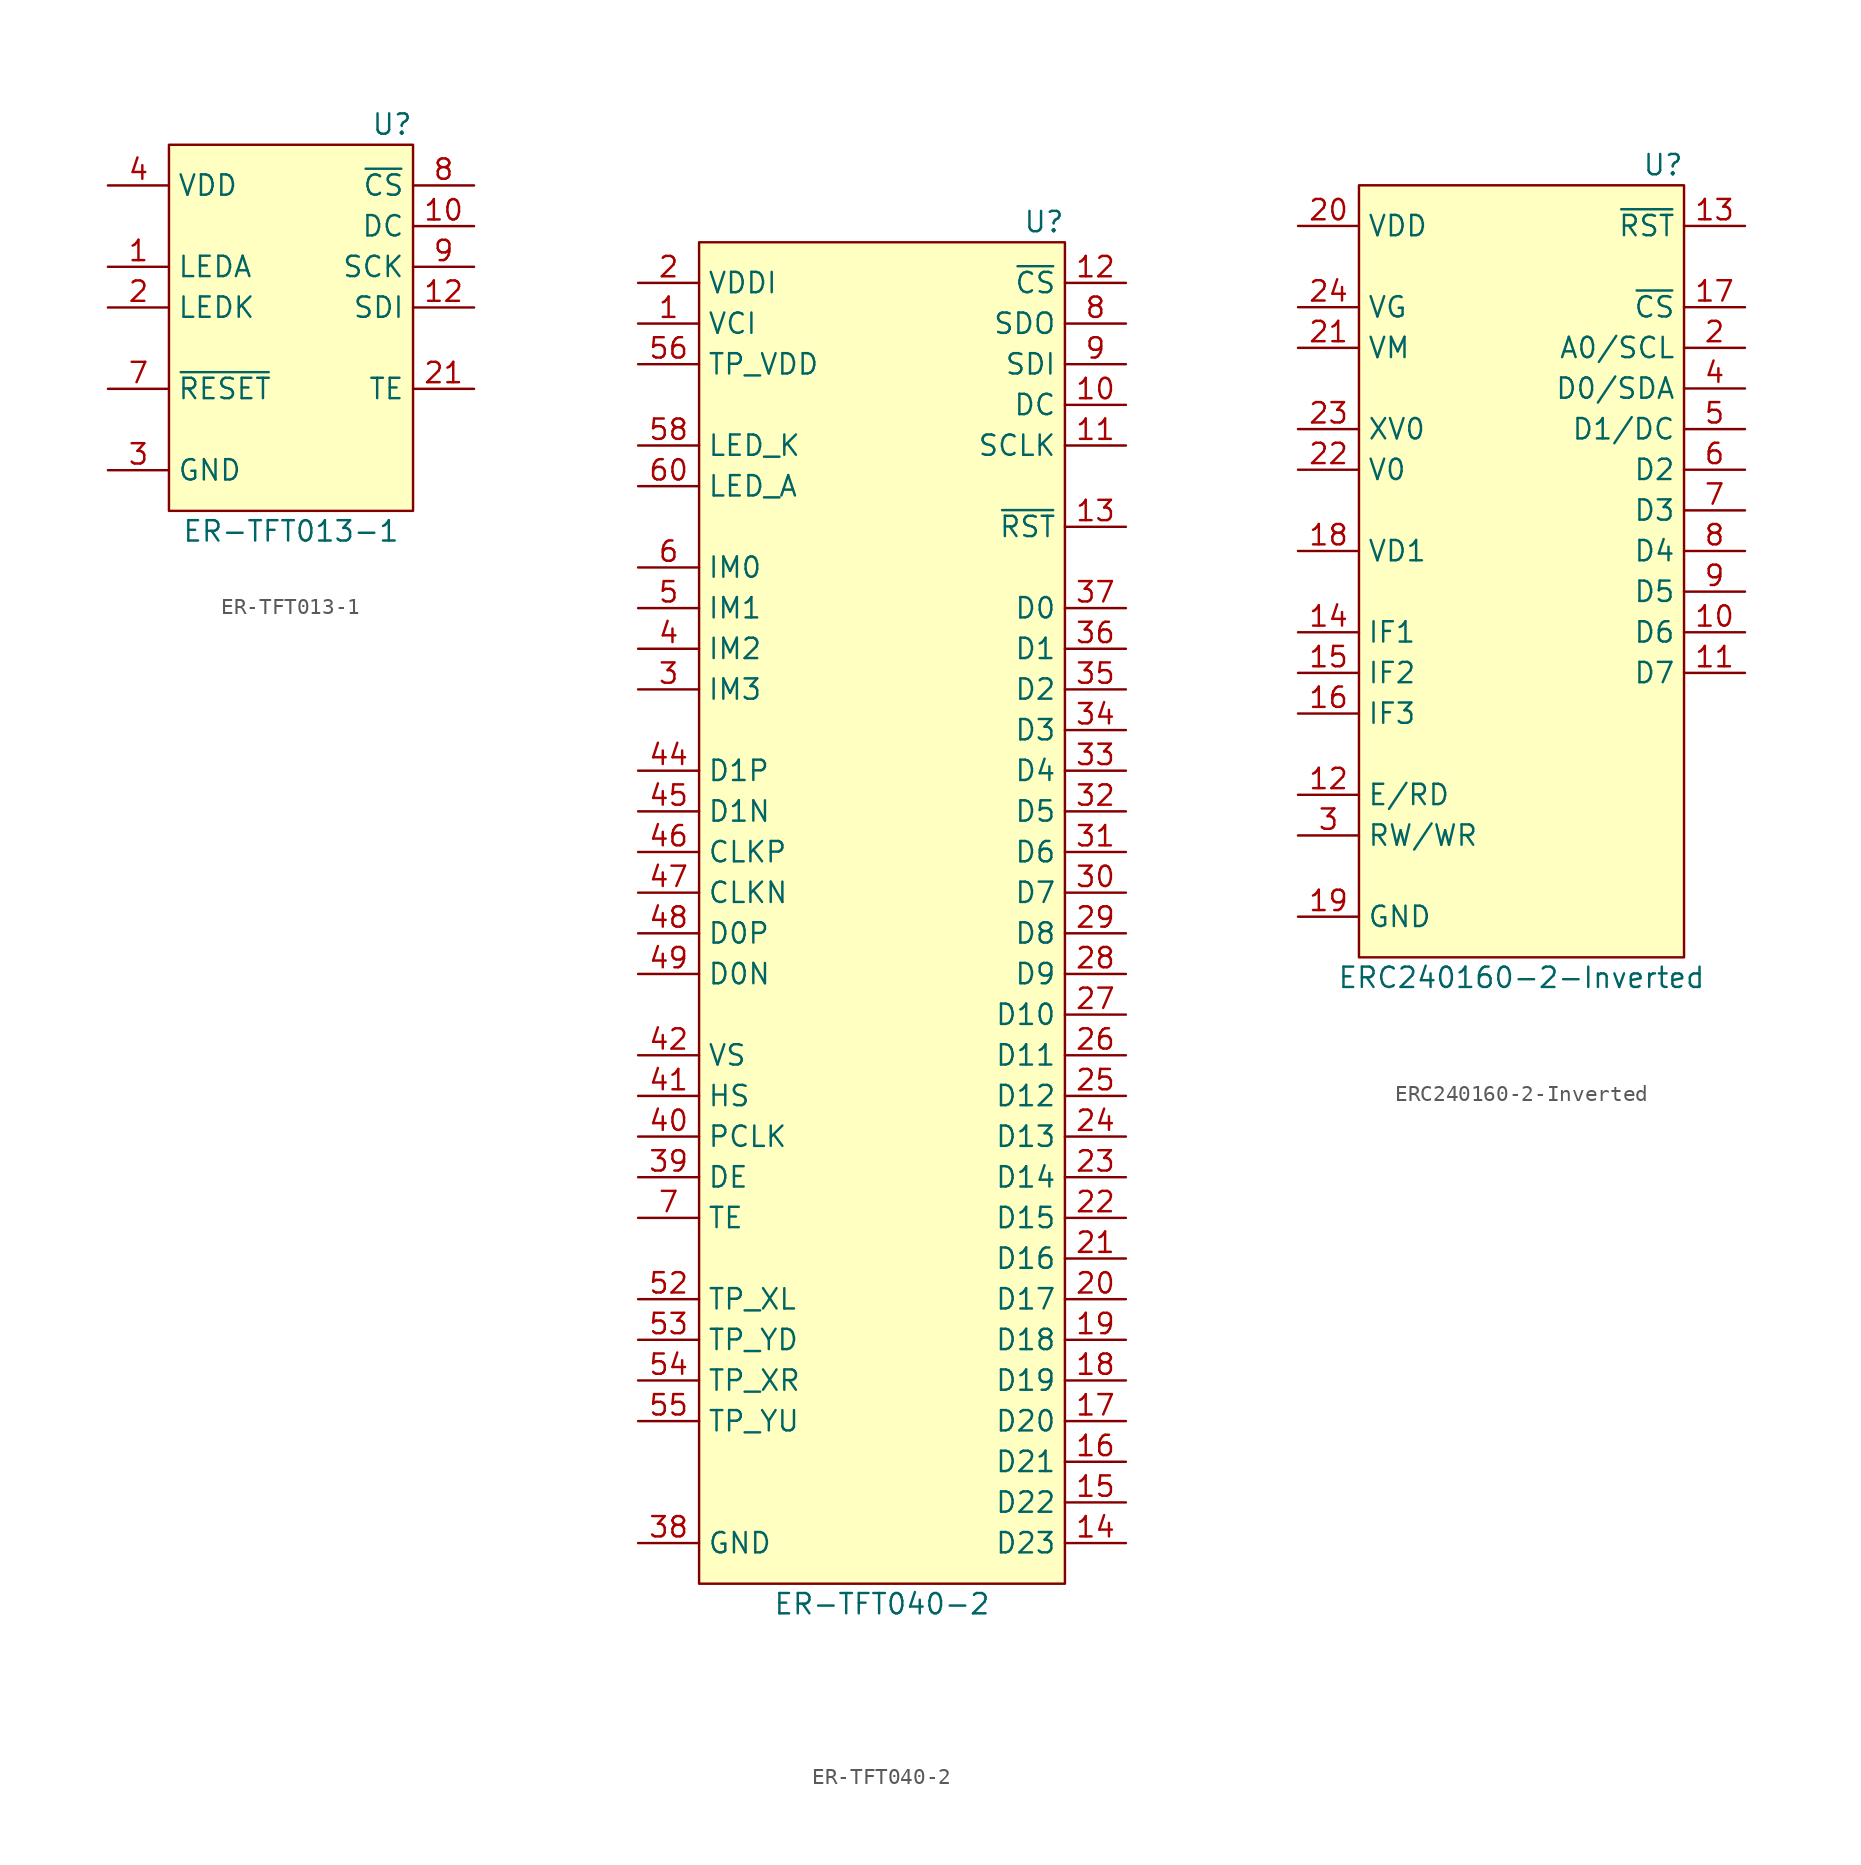
<source format=kicad_sym>
(kicad_symbol_lib
  (version 20220914)
  (generator kicad_symbol_editor)
  (symbol "ER-TFT013-1"
    (property "Reference" "U"
      (at 7.62 11.43 0)
      (effects (font (size 1.27 1.27)) (justify right)))
    (property "Value" "ER-TFT013-1"
      (at 0 -13.97 0)
      (effects (font (size 1.27 1.27))))
    (symbol "ER-TFT013-1_0_1"
      (rectangle (start -7.62 10.16) (end 7.62 -12.7) (stroke (width 0.152) (type default)) (fill (type background))))
    (symbol "ER-TFT013-1_1_1"
      (pin power_in line (at -11.43 2.54 0) (length 3.81) (name "LEDA" (effects (font (size 1.27 1.27)))) (number "1" (effects (font (size 1.27 1.27)))))
      (pin input line (at 11.43 5.08 180) (length 3.81) (name "DC" (effects (font (size 1.27 1.27)))) (number "10" (effects (font (size 1.27 1.27)))))
      (pin passive line (at -11.43 -10.16 0) (length 3.81) hide (name "RD" (effects (font (size 1.27 1.27)))) (number "11" (effects (font (size 1.27 1.27)))))
      (pin input line (at 11.43 0 180) (length 3.81) (name "SDI" (effects (font (size 1.27 1.27)))) (number "12" (effects (font (size 1.27 1.27)))))
      (pin input line (at -11.43 0 0) (length 3.81) (name "LEDK" (effects (font (size 1.27 1.27)))) (number "2" (effects (font (size 1.27 1.27)))))
      (pin input line (at 11.43 -5.08 180) (length 3.81) (name "TE" (effects (font (size 1.27 1.27)))) (number "21" (effects (font (size 1.27 1.27)))))
      (pin passive line (at -11.43 -10.16 0) (length 3.81) hide (name "GND" (effects (font (size 1.27 1.27)))) (number "23" (effects (font (size 1.27 1.27)))))
      (pin passive line (at -11.43 -10.16 0) (length 3.81) hide (name "GND" (effects (font (size 1.27 1.27)))) (number "24" (effects (font (size 1.27 1.27)))))
      (pin power_in line (at -11.43 -10.16 0) (length 3.81) (name "GND" (effects (font (size 1.27 1.27)))) (number "3" (effects (font (size 1.27 1.27)))))
      (pin power_in line (at -11.43 7.62 0) (length 3.81) (name "VDD" (effects (font (size 1.27 1.27)))) (number "4" (effects (font (size 1.27 1.27)))))
      (pin passive line (at -11.43 7.62 0) (length 3.81) hide (name "VDDIO" (effects (font (size 1.27 1.27)))) (number "5" (effects (font (size 1.27 1.27)))))
      (pin passive line (at -11.43 7.62 0) (length 3.81) hide (name "IM1/2" (effects (font (size 1.27 1.27)))) (number "6" (effects (font (size 1.27 1.27)))))
      (pin input line (at -11.43 -5.08 0) (length 3.81) (name "~{RESET}" (effects (font (size 1.27 1.27)))) (number "7" (effects (font (size 1.27 1.27)))))
      (pin input line (at 11.43 7.62 180) (length 3.81) (name "~{CS}" (effects (font (size 1.27 1.27)))) (number "8" (effects (font (size 1.27 1.27)))))
      (pin input line (at 11.43 2.54 180) (length 3.81) (name "SCK" (effects (font (size 1.27 1.27)))) (number "9" (effects (font (size 1.27 1.27)))))))
  (symbol "ER-TFT040-2"
    (property "Reference" "U"
      (at 11.43 41.91 0)
      (effects (font (size 1.27 1.27)) (justify right)))
    (property "Value" "ER-TFT040-2"
      (at 0 -44.45 0)
      (effects (font (size 1.27 1.27))))
    (symbol "ER-TFT040-2_0_1"
      (rectangle (start -11.43 40.64) (end 11.43 -43.18) (stroke (width 0) (type default)) (fill (type background))))
    (symbol "ER-TFT040-2_1_1"
      (pin power_in line (at -15.24 35.56 0) (length 3.81) (name "VCI" (effects (font (size 1.27 1.27)))) (number "1" (effects (font (size 1.27 1.27)))))
      (pin input line (at 15.24 30.48 180) (length 3.81) (name "DC" (effects (font (size 1.27 1.27)))) (number "10" (effects (font (size 1.27 1.27)))))
      (pin input line (at 15.24 27.94 180) (length 3.81) (name "SCLK" (effects (font (size 1.27 1.27)))) (number "11" (effects (font (size 1.27 1.27)))))
      (pin input line (at 15.24 38.1 180) (length 3.81) (name "~{CS}" (effects (font (size 1.27 1.27)))) (number "12" (effects (font (size 1.27 1.27)))))
      (pin input line (at 15.24 22.86 180) (length 3.81) (name "~{RST}" (effects (font (size 1.27 1.27)))) (number "13" (effects (font (size 1.27 1.27)))))
      (pin input line (at 15.24 -40.64 180) (length 3.81) (name "D23" (effects (font (size 1.27 1.27)))) (number "14" (effects (font (size 1.27 1.27)))))
      (pin input line (at 15.24 -38.1 180) (length 3.81) (name "D22" (effects (font (size 1.27 1.27)))) (number "15" (effects (font (size 1.27 1.27)))))
      (pin input line (at 15.24 -35.56 180) (length 3.81) (name "D21" (effects (font (size 1.27 1.27)))) (number "16" (effects (font (size 1.27 1.27)))))
      (pin input line (at 15.24 -33.02 180) (length 3.81) (name "D20" (effects (font (size 1.27 1.27)))) (number "17" (effects (font (size 1.27 1.27)))))
      (pin input line (at 15.24 -30.48 180) (length 3.81) (name "D19" (effects (font (size 1.27 1.27)))) (number "18" (effects (font (size 1.27 1.27)))))
      (pin input line (at 15.24 -27.94 180) (length 3.81) (name "D18" (effects (font (size 1.27 1.27)))) (number "19" (effects (font (size 1.27 1.27)))))
      (pin power_in line (at -15.24 38.1 0) (length 3.81) (name "VDDI" (effects (font (size 1.27 1.27)))) (number "2" (effects (font (size 1.27 1.27)))))
      (pin input line (at 15.24 -25.4 180) (length 3.81) (name "D17" (effects (font (size 1.27 1.27)))) (number "20" (effects (font (size 1.27 1.27)))))
      (pin input line (at 15.24 -22.86 180) (length 3.81) (name "D16" (effects (font (size 1.27 1.27)))) (number "21" (effects (font (size 1.27 1.27)))))
      (pin input line (at 15.24 -20.32 180) (length 3.81) (name "D15" (effects (font (size 1.27 1.27)))) (number "22" (effects (font (size 1.27 1.27)))))
      (pin input line (at 15.24 -17.78 180) (length 3.81) (name "D14" (effects (font (size 1.27 1.27)))) (number "23" (effects (font (size 1.27 1.27)))))
      (pin input line (at 15.24 -15.24 180) (length 3.81) (name "D13" (effects (font (size 1.27 1.27)))) (number "24" (effects (font (size 1.27 1.27)))))
      (pin input line (at 15.24 -12.7 180) (length 3.81) (name "D12" (effects (font (size 1.27 1.27)))) (number "25" (effects (font (size 1.27 1.27)))))
      (pin input line (at 15.24 -10.16 180) (length 3.81) (name "D11" (effects (font (size 1.27 1.27)))) (number "26" (effects (font (size 1.27 1.27)))))
      (pin input line (at 15.24 -7.62 180) (length 3.81) (name "D10" (effects (font (size 1.27 1.27)))) (number "27" (effects (font (size 1.27 1.27)))))
      (pin input line (at 15.24 -5.08 180) (length 3.81) (name "D9" (effects (font (size 1.27 1.27)))) (number "28" (effects (font (size 1.27 1.27)))))
      (pin input line (at 15.24 -2.54 180) (length 3.81) (name "D8" (effects (font (size 1.27 1.27)))) (number "29" (effects (font (size 1.27 1.27)))))
      (pin input line (at -15.24 12.7 0) (length 3.81) (name "IM3" (effects (font (size 1.27 1.27)))) (number "3" (effects (font (size 1.27 1.27)))))
      (pin input line (at 15.24 0 180) (length 3.81) (name "D7" (effects (font (size 1.27 1.27)))) (number "30" (effects (font (size 1.27 1.27)))))
      (pin input line (at 15.24 2.54 180) (length 3.81) (name "D6" (effects (font (size 1.27 1.27)))) (number "31" (effects (font (size 1.27 1.27)))))
      (pin input line (at 15.24 5.08 180) (length 3.81) (name "D5" (effects (font (size 1.27 1.27)))) (number "32" (effects (font (size 1.27 1.27)))))
      (pin input line (at 15.24 7.62 180) (length 3.81) (name "D4" (effects (font (size 1.27 1.27)))) (number "33" (effects (font (size 1.27 1.27)))))
      (pin input line (at 15.24 10.16 180) (length 3.81) (name "D3" (effects (font (size 1.27 1.27)))) (number "34" (effects (font (size 1.27 1.27)))))
      (pin input line (at 15.24 12.7 180) (length 3.81) (name "D2" (effects (font (size 1.27 1.27)))) (number "35" (effects (font (size 1.27 1.27)))))
      (pin input line (at 15.24 15.24 180) (length 3.81) (name "D1" (effects (font (size 1.27 1.27)))) (number "36" (effects (font (size 1.27 1.27)))))
      (pin input line (at 15.24 17.78 180) (length 3.81) (name "D0" (effects (font (size 1.27 1.27)))) (number "37" (effects (font (size 1.27 1.27)))))
      (pin input line (at -15.24 -40.64 0) (length 3.81) (name "GND" (effects (font (size 1.27 1.27)))) (number "38" (effects (font (size 1.27 1.27)))))
      (pin input line (at -15.24 -17.78 0) (length 3.81) (name "DE" (effects (font (size 1.27 1.27)))) (number "39" (effects (font (size 1.27 1.27)))))
      (pin input line (at -15.24 15.24 0) (length 3.81) (name "IM2" (effects (font (size 1.27 1.27)))) (number "4" (effects (font (size 1.27 1.27)))))
      (pin input line (at -15.24 -15.24 0) (length 3.81) (name "PCLK" (effects (font (size 1.27 1.27)))) (number "40" (effects (font (size 1.27 1.27)))))
      (pin input line (at -15.24 -12.7 0) (length 3.81) (name "HS" (effects (font (size 1.27 1.27)))) (number "41" (effects (font (size 1.27 1.27)))))
      (pin input line (at -15.24 -10.16 0) (length 3.81) (name "VS" (effects (font (size 1.27 1.27)))) (number "42" (effects (font (size 1.27 1.27)))))
      (pin passive line (at -15.24 -40.64 0) (length 3.81) hide (name "GND" (effects (font (size 1.27 1.27)))) (number "43" (effects (font (size 1.27 1.27)))))
      (pin bidirectional line (at -15.24 7.62 0) (length 3.81) (name "D1P" (effects (font (size 1.27 1.27)))) (number "44" (effects (font (size 1.27 1.27)))))
      (pin bidirectional line (at -15.24 5.08 0) (length 3.81) (name "D1N" (effects (font (size 1.27 1.27)))) (number "45" (effects (font (size 1.27 1.27)))))
      (pin input line (at -15.24 2.54 0) (length 3.81) (name "CLKP" (effects (font (size 1.27 1.27)))) (number "46" (effects (font (size 1.27 1.27)))))
      (pin input line (at -15.24 0 0) (length 3.81) (name "CLKN" (effects (font (size 1.27 1.27)))) (number "47" (effects (font (size 1.27 1.27)))))
      (pin bidirectional line (at -15.24 -2.54 0) (length 3.81) (name "D0P" (effects (font (size 1.27 1.27)))) (number "48" (effects (font (size 1.27 1.27)))))
      (pin bidirectional line (at -15.24 -5.08 0) (length 3.81) (name "D0N" (effects (font (size 1.27 1.27)))) (number "49" (effects (font (size 1.27 1.27)))))
      (pin input line (at -15.24 17.78 0) (length 3.81) (name "IM1" (effects (font (size 1.27 1.27)))) (number "5" (effects (font (size 1.27 1.27)))))
      (pin passive line (at -15.24 -40.64 0) (length 3.81) hide (name "GND" (effects (font (size 1.27 1.27)))) (number "50" (effects (font (size 1.27 1.27)))))
      (pin no_connect line (at -15.24 -35.56 0) (length 3.81) hide (name "NC" (effects (font (size 1.27 1.27)))) (number "51" (effects (font (size 1.27 1.27)))))
      (pin output line (at -15.24 -25.4 0) (length 3.81) (name "TP_XL" (effects (font (size 1.27 1.27)))) (number "52" (effects (font (size 1.27 1.27)))))
      (pin output line (at -15.24 -27.94 0) (length 3.81) (name "TP_YD" (effects (font (size 1.27 1.27)))) (number "53" (effects (font (size 1.27 1.27)))))
      (pin output line (at -15.24 -30.48 0) (length 3.81) (name "TP_XR" (effects (font (size 1.27 1.27)))) (number "54" (effects (font (size 1.27 1.27)))))
      (pin output line (at -15.24 -33.02 0) (length 3.81) (name "TP_YU" (effects (font (size 1.27 1.27)))) (number "55" (effects (font (size 1.27 1.27)))))
      (pin power_in line (at -15.24 33.02 0) (length 3.81) (name "TP_VDD" (effects (font (size 1.27 1.27)))) (number "56" (effects (font (size 1.27 1.27)))))
      (pin passive line (at -15.24 -40.64 0) (length 3.81) hide (name "GND" (effects (font (size 1.27 1.27)))) (number "57" (effects (font (size 1.27 1.27)))))
      (pin power_in line (at -15.24 27.94 0) (length 3.81) (name "LED_K" (effects (font (size 1.27 1.27)))) (number "58" (effects (font (size 1.27 1.27)))))
      (pin passive line (at -15.24 27.94 0) (length 3.81) hide (name "LED_K" (effects (font (size 1.27 1.27)))) (number "59" (effects (font (size 1.27 1.27)))))
      (pin input line (at -15.24 20.32 0) (length 3.81) (name "IM0" (effects (font (size 1.27 1.27)))) (number "6" (effects (font (size 1.27 1.27)))))
      (pin power_in line (at -15.24 25.4 0) (length 3.81) (name "LED_A" (effects (font (size 1.27 1.27)))) (number "60" (effects (font (size 1.27 1.27)))))
      (pin input line (at -15.24 -20.32 0) (length 3.81) (name "TE" (effects (font (size 1.27 1.27)))) (number "7" (effects (font (size 1.27 1.27)))))
      (pin output line (at 15.24 35.56 180) (length 3.81) (name "SDO" (effects (font (size 1.27 1.27)))) (number "8" (effects (font (size 1.27 1.27)))))
      (pin input line (at 15.24 33.02 180) (length 3.81) (name "SDI" (effects (font (size 1.27 1.27)))) (number "9" (effects (font (size 1.27 1.27)))))))
  (symbol "ERC240160-2-Inverted"
    (property "Reference" "U"
      (at 10.16 25.4 0)
      (effects (font (size 1.27 1.27)) (justify right)))
    (property "Value" "ERC240160-2-Inverted"
      (at 0 -25.4 0)
      (effects (font (size 1.27 1.27))))
    (symbol "ERC240160-2-Inverted_0_1"
      (rectangle (start -10.16 24.13) (end 10.16 -24.13) (stroke (width 0) (type default)) (fill (type background))))
    (symbol "ERC240160-2-Inverted_1_1"
      (pin passive line (at -13.97 -21.59 0) (length 3.81) hide (name "ESD" (effects (font (size 1.27 1.27)))) (number "1" (effects (font (size 1.27 1.27)))))
      (pin input line (at 13.97 -3.81 180) (length 3.81) (name "D6" (effects (font (size 1.27 1.27)))) (number "10" (effects (font (size 1.27 1.27)))))
      (pin input line (at 13.97 -6.35 180) (length 3.81) (name "D7" (effects (font (size 1.27 1.27)))) (number "11" (effects (font (size 1.27 1.27)))))
      (pin input line (at -13.97 -13.97 0) (length 3.81) (name "E/RD" (effects (font (size 1.27 1.27)))) (number "12" (effects (font (size 1.27 1.27)))))
      (pin input line (at 13.97 21.59 180) (length 3.81) (name "~{RST}" (effects (font (size 1.27 1.27)))) (number "13" (effects (font (size 1.27 1.27)))))
      (pin input line (at -13.97 -3.81 0) (length 3.81) (name "IF1" (effects (font (size 1.27 1.27)))) (number "14" (effects (font (size 1.27 1.27)))))
      (pin input line (at -13.97 -6.35 0) (length 3.81) (name "IF2" (effects (font (size 1.27 1.27)))) (number "15" (effects (font (size 1.27 1.27)))))
      (pin input line (at -13.97 -8.89 0) (length 3.81) (name "IF3" (effects (font (size 1.27 1.27)))) (number "16" (effects (font (size 1.27 1.27)))))
      (pin input line (at 13.97 16.51 180) (length 3.81) (name "~{CS}" (effects (font (size 1.27 1.27)))) (number "17" (effects (font (size 1.27 1.27)))))
      (pin input line (at -13.97 1.27 0) (length 3.81) (name "VD1" (effects (font (size 1.27 1.27)))) (number "18" (effects (font (size 1.27 1.27)))))
      (pin input line (at -13.97 -21.59 0) (length 3.81) (name "GND" (effects (font (size 1.27 1.27)))) (number "19" (effects (font (size 1.27 1.27)))))
      (pin input line (at 13.97 13.97 180) (length 3.81) (name "A0/SCL" (effects (font (size 1.27 1.27)))) (number "2" (effects (font (size 1.27 1.27)))))
      (pin input line (at -13.97 21.59 0) (length 3.81) (name "VDD" (effects (font (size 1.27 1.27)))) (number "20" (effects (font (size 1.27 1.27)))))
      (pin input line (at -13.97 13.97 0) (length 3.81) (name "VM" (effects (font (size 1.27 1.27)))) (number "21" (effects (font (size 1.27 1.27)))))
      (pin input line (at -13.97 6.35 0) (length 3.81) (name "V0" (effects (font (size 1.27 1.27)))) (number "22" (effects (font (size 1.27 1.27)))))
      (pin input line (at -13.97 8.89 0) (length 3.81) (name "XV0" (effects (font (size 1.27 1.27)))) (number "23" (effects (font (size 1.27 1.27)))))
      (pin input line (at -13.97 16.51 0) (length 3.81) (name "VG" (effects (font (size 1.27 1.27)))) (number "24" (effects (font (size 1.27 1.27)))))
      (pin passive line (at -13.97 -21.59 0) (length 3.81) hide (name "ESD" (effects (font (size 1.27 1.27)))) (number "25" (effects (font (size 1.27 1.27)))))
      (pin input line (at -13.97 -16.51 0) (length 3.81) (name "RW/WR" (effects (font (size 1.27 1.27)))) (number "3" (effects (font (size 1.27 1.27)))))
      (pin input line (at 13.97 11.43 180) (length 3.81) (name "D0/SDA" (effects (font (size 1.27 1.27)))) (number "4" (effects (font (size 1.27 1.27)))))
      (pin input line (at 13.97 8.89 180) (length 3.81) (name "D1/DC" (effects (font (size 1.27 1.27)))) (number "5" (effects (font (size 1.27 1.27)))))
      (pin input line (at 13.97 6.35 180) (length 3.81) (name "D2" (effects (font (size 1.27 1.27)))) (number "6" (effects (font (size 1.27 1.27)))))
      (pin input line (at 13.97 3.81 180) (length 3.81) (name "D3" (effects (font (size 1.27 1.27)))) (number "7" (effects (font (size 1.27 1.27)))))
      (pin input line (at 13.97 1.27 180) (length 3.81) (name "D4" (effects (font (size 1.27 1.27)))) (number "8" (effects (font (size 1.27 1.27)))))
      (pin input line (at 13.97 -1.27 180) (length 3.81) (name "D5" (effects (font (size 1.27 1.27)))) (number "9" (effects (font (size 1.27 1.27))))))))
</source>
